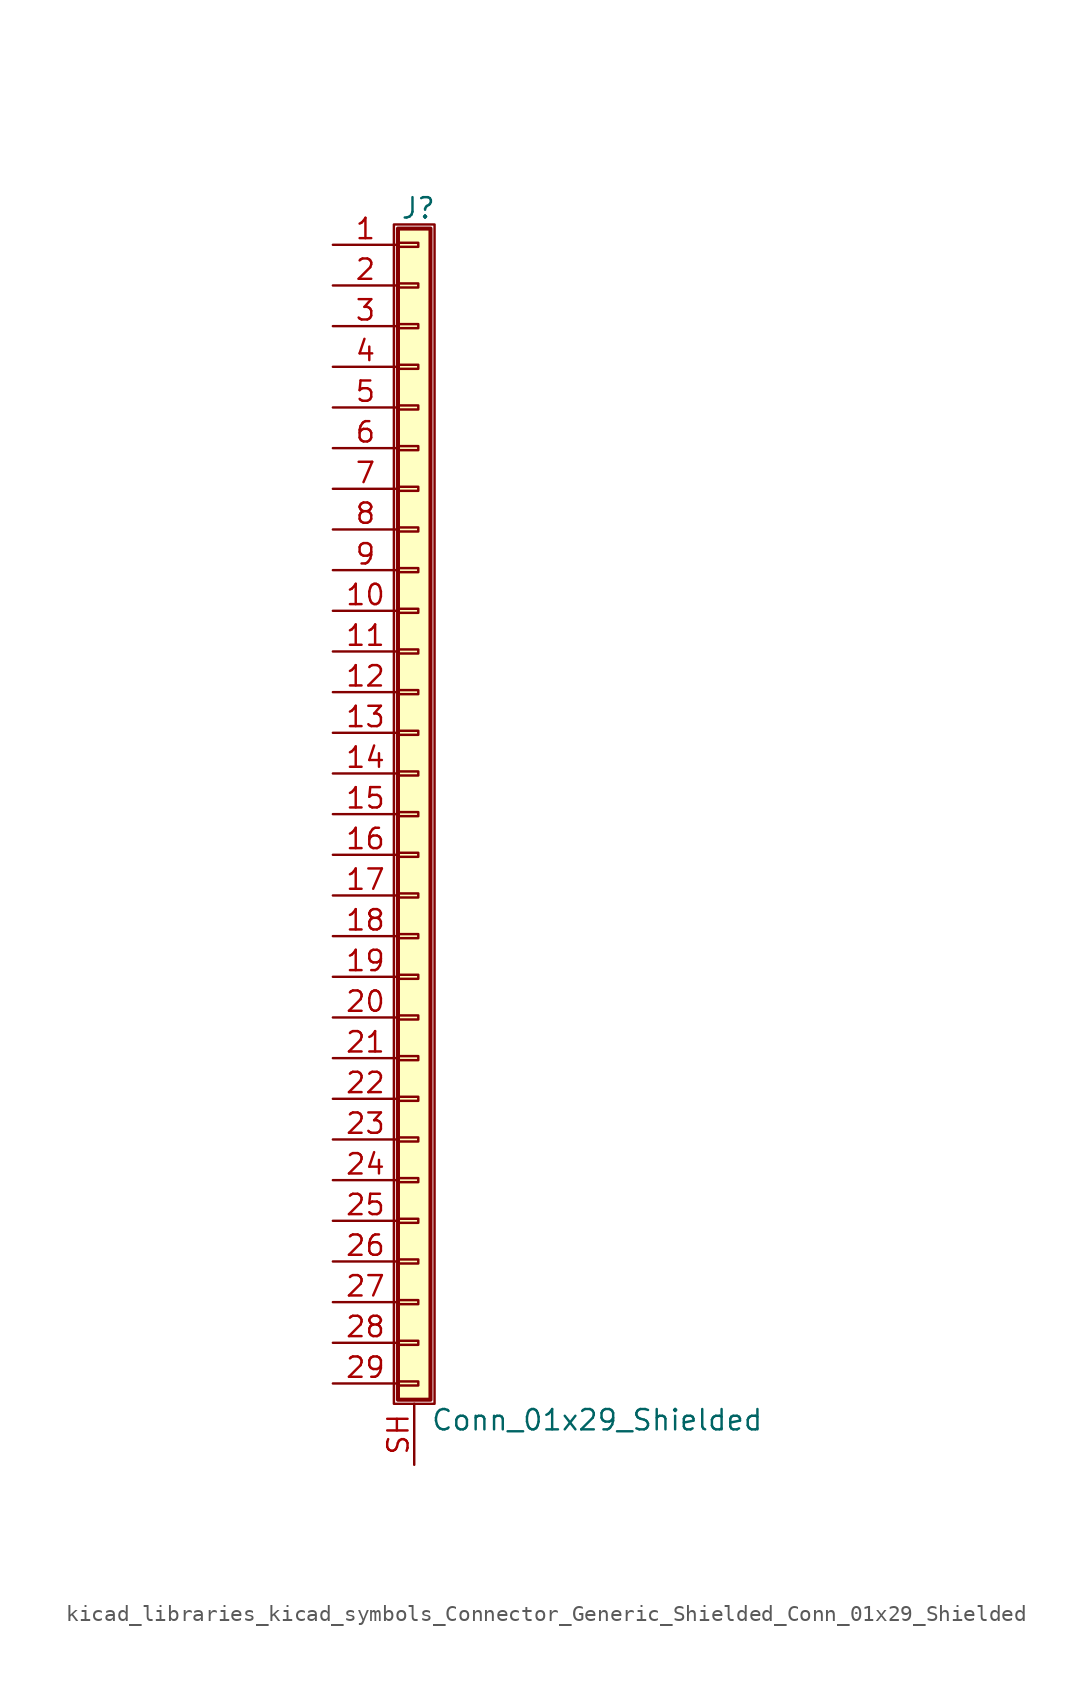
<source format=kicad_sym>
(kicad_symbol_lib
  (version 20220914)
  (generator kicad_symbol_editor)
  (symbol "kicad_libraries_kicad_symbols_Connector_Generic_Shielded_Conn_01x29_Shielded"
    (pin_names
      (offset 1.016) hide)
    (property "Reference" "J"
      (at 0.254 37.846 0)
      (effects (font (size 1.27 1.27))))
    (property "Value" "Conn_01x29_Shielded"
      (at 1.016 -37.846 0)
      (effects (font (size 1.27 1.27)) (justify left)))
    (symbol "kicad_libraries_kicad_symbols_Connector_Generic_Shielded_Conn_01x29_Shielded_1_1"
      (rectangle (start -1.27 36.83) (end 1.27 -36.83) (stroke (width 0.152) (type default)) (fill (type none)))
      (rectangle (start -1.016 -35.433) (end 0.254 -35.687) (stroke (width 0.152) (type default)) (fill (type none)))
      (rectangle (start -1.016 -32.893) (end 0.254 -33.147) (stroke (width 0.152) (type default)) (fill (type none)))
      (rectangle (start -1.016 -30.353) (end 0.254 -30.607) (stroke (width 0.152) (type default)) (fill (type none)))
      (rectangle (start -1.016 -27.813) (end 0.254 -28.067) (stroke (width 0.152) (type default)) (fill (type none)))
      (rectangle (start -1.016 -25.273) (end 0.254 -25.527) (stroke (width 0.152) (type default)) (fill (type none)))
      (rectangle (start -1.016 -22.733) (end 0.254 -22.987) (stroke (width 0.152) (type default)) (fill (type none)))
      (rectangle (start -1.016 -20.193) (end 0.254 -20.447) (stroke (width 0.152) (type default)) (fill (type none)))
      (rectangle (start -1.016 -17.653) (end 0.254 -17.907) (stroke (width 0.152) (type default)) (fill (type none)))
      (rectangle (start -1.016 -15.113) (end 0.254 -15.367) (stroke (width 0.152) (type default)) (fill (type none)))
      (rectangle (start -1.016 -12.573) (end 0.254 -12.827) (stroke (width 0.152) (type default)) (fill (type none)))
      (rectangle (start -1.016 -10.033) (end 0.254 -10.287) (stroke (width 0.152) (type default)) (fill (type none)))
      (rectangle (start -1.016 -7.493) (end 0.254 -7.747) (stroke (width 0.152) (type default)) (fill (type none)))
      (rectangle (start -1.016 -4.953) (end 0.254 -5.207) (stroke (width 0.152) (type default)) (fill (type none)))
      (rectangle (start -1.016 -2.413) (end 0.254 -2.667) (stroke (width 0.152) (type default)) (fill (type none)))
      (rectangle (start -1.016 0.127) (end 0.254 -0.127) (stroke (width 0.152) (type default)) (fill (type none)))
      (rectangle (start -1.016 2.667) (end 0.254 2.413) (stroke (width 0.152) (type default)) (fill (type none)))
      (rectangle (start -1.016 5.207) (end 0.254 4.953) (stroke (width 0.152) (type default)) (fill (type none)))
      (rectangle (start -1.016 7.747) (end 0.254 7.493) (stroke (width 0.152) (type default)) (fill (type none)))
      (rectangle (start -1.016 10.287) (end 0.254 10.033) (stroke (width 0.152) (type default)) (fill (type none)))
      (rectangle (start -1.016 12.827) (end 0.254 12.573) (stroke (width 0.152) (type default)) (fill (type none)))
      (rectangle (start -1.016 15.367) (end 0.254 15.113) (stroke (width 0.152) (type default)) (fill (type none)))
      (rectangle (start -1.016 17.907) (end 0.254 17.653) (stroke (width 0.152) (type default)) (fill (type none)))
      (rectangle (start -1.016 20.447) (end 0.254 20.193) (stroke (width 0.152) (type default)) (fill (type none)))
      (rectangle (start -1.016 22.987) (end 0.254 22.733) (stroke (width 0.152) (type default)) (fill (type none)))
      (rectangle (start -1.016 25.527) (end 0.254 25.273) (stroke (width 0.152) (type default)) (fill (type none)))
      (rectangle (start -1.016 28.067) (end 0.254 27.813) (stroke (width 0.152) (type default)) (fill (type none)))
      (rectangle (start -1.016 30.607) (end 0.254 30.353) (stroke (width 0.152) (type default)) (fill (type none)))
      (rectangle (start -1.016 33.147) (end 0.254 32.893) (stroke (width 0.152) (type default)) (fill (type none)))
      (rectangle (start -1.016 35.687) (end 0.254 35.433) (stroke (width 0.152) (type default)) (fill (type none)))
      (rectangle (start -1.016 36.576) (end 1.016 -36.576) (stroke (width 0.254) (type default)) (fill (type background)))
      (pin passive line (at -5.08 35.56 0) (length 4.064) (name "Pin_1" (effects (font (size 1.27 1.27)))) (number "1" (effects (font (size 1.27 1.27)))))
      (pin passive line (at -5.08 12.7 0) (length 4.064) (name "Pin_10" (effects (font (size 1.27 1.27)))) (number "10" (effects (font (size 1.27 1.27)))))
      (pin passive line (at -5.08 10.16 0) (length 4.064) (name "Pin_11" (effects (font (size 1.27 1.27)))) (number "11" (effects (font (size 1.27 1.27)))))
      (pin passive line (at -5.08 7.62 0) (length 4.064) (name "Pin_12" (effects (font (size 1.27 1.27)))) (number "12" (effects (font (size 1.27 1.27)))))
      (pin passive line (at -5.08 5.08 0) (length 4.064) (name "Pin_13" (effects (font (size 1.27 1.27)))) (number "13" (effects (font (size 1.27 1.27)))))
      (pin passive line (at -5.08 2.54 0) (length 4.064) (name "Pin_14" (effects (font (size 1.27 1.27)))) (number "14" (effects (font (size 1.27 1.27)))))
      (pin passive line (at -5.08 0 0) (length 4.064) (name "Pin_15" (effects (font (size 1.27 1.27)))) (number "15" (effects (font (size 1.27 1.27)))))
      (pin passive line (at -5.08 -2.54 0) (length 4.064) (name "Pin_16" (effects (font (size 1.27 1.27)))) (number "16" (effects (font (size 1.27 1.27)))))
      (pin passive line (at -5.08 -5.08 0) (length 4.064) (name "Pin_17" (effects (font (size 1.27 1.27)))) (number "17" (effects (font (size 1.27 1.27)))))
      (pin passive line (at -5.08 -7.62 0) (length 4.064) (name "Pin_18" (effects (font (size 1.27 1.27)))) (number "18" (effects (font (size 1.27 1.27)))))
      (pin passive line (at -5.08 -10.16 0) (length 4.064) (name "Pin_19" (effects (font (size 1.27 1.27)))) (number "19" (effects (font (size 1.27 1.27)))))
      (pin passive line (at -5.08 33.02 0) (length 4.064) (name "Pin_2" (effects (font (size 1.27 1.27)))) (number "2" (effects (font (size 1.27 1.27)))))
      (pin passive line (at -5.08 -12.7 0) (length 4.064) (name "Pin_20" (effects (font (size 1.27 1.27)))) (number "20" (effects (font (size 1.27 1.27)))))
      (pin passive line (at -5.08 -15.24 0) (length 4.064) (name "Pin_21" (effects (font (size 1.27 1.27)))) (number "21" (effects (font (size 1.27 1.27)))))
      (pin passive line (at -5.08 -17.78 0) (length 4.064) (name "Pin_22" (effects (font (size 1.27 1.27)))) (number "22" (effects (font (size 1.27 1.27)))))
      (pin passive line (at -5.08 -20.32 0) (length 4.064) (name "Pin_23" (effects (font (size 1.27 1.27)))) (number "23" (effects (font (size 1.27 1.27)))))
      (pin passive line (at -5.08 -22.86 0) (length 4.064) (name "Pin_24" (effects (font (size 1.27 1.27)))) (number "24" (effects (font (size 1.27 1.27)))))
      (pin passive line (at -5.08 -25.4 0) (length 4.064) (name "Pin_25" (effects (font (size 1.27 1.27)))) (number "25" (effects (font (size 1.27 1.27)))))
      (pin passive line (at -5.08 -27.94 0) (length 4.064) (name "Pin_26" (effects (font (size 1.27 1.27)))) (number "26" (effects (font (size 1.27 1.27)))))
      (pin passive line (at -5.08 -30.48 0) (length 4.064) (name "Pin_27" (effects (font (size 1.27 1.27)))) (number "27" (effects (font (size 1.27 1.27)))))
      (pin passive line (at -5.08 -33.02 0) (length 4.064) (name "Pin_28" (effects (font (size 1.27 1.27)))) (number "28" (effects (font (size 1.27 1.27)))))
      (pin passive line (at -5.08 -35.56 0) (length 4.064) (name "Pin_29" (effects (font (size 1.27 1.27)))) (number "29" (effects (font (size 1.27 1.27)))))
      (pin passive line (at -5.08 30.48 0) (length 4.064) (name "Pin_3" (effects (font (size 1.27 1.27)))) (number "3" (effects (font (size 1.27 1.27)))))
      (pin passive line (at -5.08 27.94 0) (length 4.064) (name "Pin_4" (effects (font (size 1.27 1.27)))) (number "4" (effects (font (size 1.27 1.27)))))
      (pin passive line (at -5.08 25.4 0) (length 4.064) (name "Pin_5" (effects (font (size 1.27 1.27)))) (number "5" (effects (font (size 1.27 1.27)))))
      (pin passive line (at -5.08 22.86 0) (length 4.064) (name "Pin_6" (effects (font (size 1.27 1.27)))) (number "6" (effects (font (size 1.27 1.27)))))
      (pin passive line (at -5.08 20.32 0) (length 4.064) (name "Pin_7" (effects (font (size 1.27 1.27)))) (number "7" (effects (font (size 1.27 1.27)))))
      (pin passive line (at -5.08 17.78 0) (length 4.064) (name "Pin_8" (effects (font (size 1.27 1.27)))) (number "8" (effects (font (size 1.27 1.27)))))
      (pin passive line (at -5.08 15.24 0) (length 4.064) (name "Pin_9" (effects (font (size 1.27 1.27)))) (number "9" (effects (font (size 1.27 1.27)))))
      (pin passive line (at 0 -40.64 90) (length 3.81) (name "Shield" (effects (font (size 1.27 1.27)))) (number "SH" (effects (font (size 1.27 1.27))))))))
</source>
